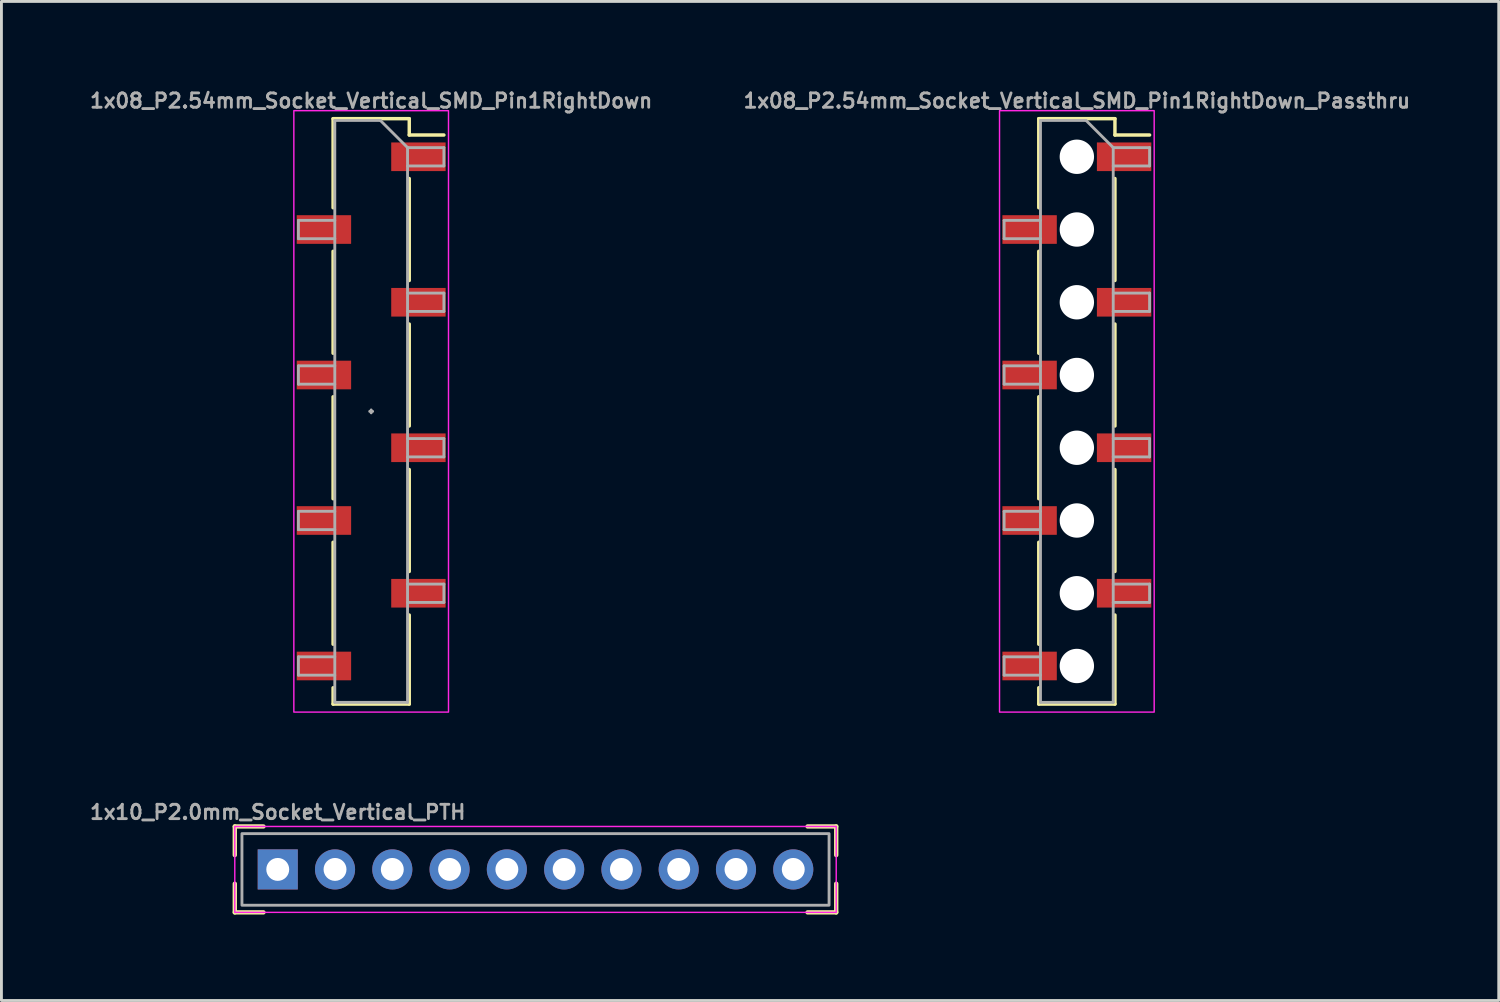
<source format=kicad_pcb>
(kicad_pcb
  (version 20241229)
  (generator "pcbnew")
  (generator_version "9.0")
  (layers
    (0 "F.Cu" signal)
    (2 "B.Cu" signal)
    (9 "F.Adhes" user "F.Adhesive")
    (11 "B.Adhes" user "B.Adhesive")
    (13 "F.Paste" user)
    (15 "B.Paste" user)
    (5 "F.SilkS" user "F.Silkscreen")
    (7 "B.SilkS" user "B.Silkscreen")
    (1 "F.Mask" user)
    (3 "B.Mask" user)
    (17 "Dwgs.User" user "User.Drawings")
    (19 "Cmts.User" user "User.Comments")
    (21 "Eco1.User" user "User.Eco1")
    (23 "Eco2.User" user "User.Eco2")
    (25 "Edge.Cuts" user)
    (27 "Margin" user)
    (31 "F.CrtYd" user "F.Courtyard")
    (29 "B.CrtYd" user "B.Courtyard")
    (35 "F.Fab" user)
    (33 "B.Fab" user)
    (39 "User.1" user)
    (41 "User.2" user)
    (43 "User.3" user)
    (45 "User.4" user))
  (footprint "1x08_P2.54mm_Socket_Vertical_SMD_Pin1RightDown"
    (layer "F.Cu")
    (at 9.91 11.314)
    (property "Reference" "1x08_P2.54mm_Socket_Vertical_SMD_Pin1RightDown" (at 0 -10.846 0) (layer "F.Fab") (effects (font (size 0.5 0.5) (thickness 0.1))))
    (attr smd)
    (fp_line (start -1.33 -10.22) (end -1.33 -7.11) (stroke (width 0.12) (type solid)) (layer "F.SilkS"))
    (fp_line (start -1.33 -10.22) (end 1.33 -10.22) (stroke (width 0.12) (type solid)) (layer "F.SilkS"))
    (fp_line (start -1.33 -5.59) (end -1.33 -2.03) (stroke (width 0.12) (type solid)) (layer "F.SilkS"))
    (fp_line (start -1.33 -0.51) (end -1.33 3.05) (stroke (width 0.12) (type solid)) (layer "F.SilkS"))
    (fp_line (start -1.33 4.57) (end -1.33 8.13) (stroke (width 0.12) (type solid)) (layer "F.SilkS"))
    (fp_line (start -1.33 9.65) (end -1.33 10.22) (stroke (width 0.12) (type solid)) (layer "F.SilkS"))
    (fp_line (start -1.33 10.22) (end 1.33 10.22) (stroke (width 0.12) (type solid)) (layer "F.SilkS"))
    (fp_line (start 1.33 -10.22) (end 1.33 -9.65) (stroke (width 0.12) (type solid)) (layer "F.SilkS"))
    (fp_line (start 1.33 -9.65) (end 2.54 -9.65) (stroke (width 0.12) (type solid)) (layer "F.SilkS"))
    (fp_line (start 1.33 -8.13) (end 1.33 -4.57) (stroke (width 0.12) (type solid)) (layer "F.SilkS"))
    (fp_line (start 1.33 -3.05) (end 1.33 0.51) (stroke (width 0.12) (type solid)) (layer "F.SilkS"))
    (fp_line (start 1.33 2.03) (end 1.33 5.59) (stroke (width 0.12) (type solid)) (layer "F.SilkS"))
    (fp_line (start 1.33 7.11) (end 1.33 10.22) (stroke (width 0.12) (type solid)) (layer "F.SilkS"))
    (fp_rect (start -2.7 -10.5) (end 2.7 10.5) (stroke (width 0.05) (type default)) (fill no) (layer "F.CrtYd"))
    (fp_line (start -2.54 -6.67) (end -2.54 -6.03) (stroke (width 0.1) (type solid)) (layer "F.Fab"))
    (fp_line (start -2.54 -6.03) (end -1.27 -6.03) (stroke (width 0.1) (type solid)) (layer "F.Fab"))
    (fp_line (start -2.54 -1.59) (end -2.54 -0.95) (stroke (width 0.1) (type solid)) (layer "F.Fab"))
    (fp_line (start -2.54 -0.95) (end -1.27 -0.95) (stroke (width 0.1) (type solid)) (layer "F.Fab"))
    (fp_line (start -2.54 3.49) (end -2.54 4.13) (stroke (width 0.1) (type solid)) (layer "F.Fab"))
    (fp_line (start -2.54 4.13) (end -1.27 4.13) (stroke (width 0.1) (type solid)) (layer "F.Fab"))
    (fp_line (start -2.54 8.57) (end -2.54 9.21) (stroke (width 0.1) (type solid)) (layer "F.Fab"))
    (fp_line (start -2.54 9.21) (end -1.27 9.21) (stroke (width 0.1) (type solid)) (layer "F.Fab"))
    (fp_line (start -1.27 -10.16) (end -1.27 10.16) (stroke (width 0.1) (type solid)) (layer "F.Fab"))
    (fp_line (start -1.27 -10.16) (end 0.32 -10.16) (stroke (width 0.1) (type solid)) (layer "F.Fab"))
    (fp_line (start -1.27 -6.67) (end -2.54 -6.67) (stroke (width 0.1) (type solid)) (layer "F.Fab"))
    (fp_line (start -1.27 -1.59) (end -2.54 -1.59) (stroke (width 0.1) (type solid)) (layer "F.Fab"))
    (fp_line (start -1.27 3.49) (end -2.54 3.49) (stroke (width 0.1) (type solid)) (layer "F.Fab"))
    (fp_line (start -1.27 8.57) (end -2.54 8.57) (stroke (width 0.1) (type solid)) (layer "F.Fab"))
    (fp_line (start 0 -0.051) (end 0 0.051) (stroke (width 0.1) (type default)) (layer "F.Fab"))
    (fp_line (start 0.051 0) (end -0.051 0) (stroke (width 0.1) (type default)) (layer "F.Fab"))
    (fp_line (start 1.27 -9.21) (end 0.32 -10.16) (stroke (width 0.1) (type solid)) (layer "F.Fab"))
    (fp_line (start 1.27 -9.21) (end 2.54 -9.21) (stroke (width 0.1) (type solid)) (layer "F.Fab"))
    (fp_line (start 1.27 -4.13) (end 2.54 -4.13) (stroke (width 0.1) (type solid)) (layer "F.Fab"))
    (fp_line (start 1.27 0.95) (end 2.54 0.95) (stroke (width 0.1) (type solid)) (layer "F.Fab"))
    (fp_line (start 1.27 6.03) (end 2.54 6.03) (stroke (width 0.1) (type solid)) (layer "F.Fab"))
    (fp_line (start 1.27 10.16) (end -1.27 10.16) (stroke (width 0.1) (type solid)) (layer "F.Fab"))
    (fp_line (start 1.27 10.16) (end 1.27 -9.21) (stroke (width 0.1) (type solid)) (layer "F.Fab"))
    (fp_line (start 2.54 -9.21) (end 2.54 -8.57) (stroke (width 0.1) (type solid)) (layer "F.Fab"))
    (fp_line (start 2.54 -8.57) (end 1.27 -8.57) (stroke (width 0.1) (type solid)) (layer "F.Fab"))
    (fp_line (start 2.54 -4.13) (end 2.54 -3.49) (stroke (width 0.1) (type solid)) (layer "F.Fab"))
    (fp_line (start 2.54 -3.49) (end 1.27 -3.49) (stroke (width 0.1) (type solid)) (layer "F.Fab"))
    (fp_line (start 2.54 0.95) (end 2.54 1.59) (stroke (width 0.1) (type solid)) (layer "F.Fab"))
    (fp_line (start 2.54 1.59) (end 1.27 1.59) (stroke (width 0.1) (type solid)) (layer "F.Fab"))
    (fp_line (start 2.54 6.03) (end 2.54 6.67) (stroke (width 0.1) (type solid)) (layer "F.Fab"))
    (fp_line (start 2.54 6.67) (end 1.27 6.67) (stroke (width 0.1) (type solid)) (layer "F.Fab"))
    (pad "1" smd rect (at 1.65 -8.89) (size 1.9 1) (layers "F.Cu" "F.Mask" "F.Paste"))
    (pad "2" smd rect (at -1.65 -6.35) (size 1.9 1) (layers "F.Cu" "F.Mask" "F.Paste"))
    (pad "3" smd rect (at 1.65 -3.81) (size 1.9 1) (layers "F.Cu" "F.Mask" "F.Paste"))
    (pad "4" smd rect (at -1.65 -1.27) (size 1.9 1) (layers "F.Cu" "F.Mask" "F.Paste"))
    (pad "5" smd rect (at 1.65 1.27) (size 1.9 1) (layers "F.Cu" "F.Mask" "F.Paste"))
    (pad "6" smd rect (at -1.65 3.81) (size 1.9 1) (layers "F.Cu" "F.Mask" "F.Paste"))
    (pad "7" smd rect (at 1.65 6.35) (size 1.9 1) (layers "F.Cu" "F.Mask" "F.Paste"))
    (pad "8" smd rect (at -1.65 8.89) (size 1.9 1) (layers "F.Cu" "F.Mask" "F.Paste")))
  (footprint "1x10_P2.0mm_Socket_Vertical_PTH"
    (layer "F.Cu")
    (at 6.648 27.307)
    (property "Reference" "1x10_P2.0mm_Socket_Vertical_PTH" (at 0 -2 0) (unlocked yes) (layer "F.Fab") (effects (font (size 0.5 0.5) (thickness 0.1))))
    (fp_line (start -1.5 -1.5) (end -0.5 -1.5) (stroke (width 0.152) (type default)) (layer "F.SilkS"))
    (fp_line (start -1.5 -0.5) (end -1.5 -1.5) (stroke (width 0.152) (type default)) (layer "F.SilkS"))
    (fp_line (start -1.5 1.5) (end -1.5 0.5) (stroke (width 0.152) (type default)) (layer "F.SilkS"))
    (fp_line (start -0.5 1.5) (end -1.5 1.5) (stroke (width 0.152) (type default)) (layer "F.SilkS"))
    (fp_line (start 18.5 -1.5) (end 19.5 -1.5) (stroke (width 0.152) (type default)) (layer "F.SilkS"))
    (fp_line (start 19.5 -1.5) (end 19.5 -0.5) (stroke (width 0.152) (type default)) (layer "F.SilkS"))
    (fp_line (start 19.5 0.5) (end 19.5 1.5) (stroke (width 0.152) (type default)) (layer "F.SilkS"))
    (fp_line (start 19.5 1.5) (end 18.5 1.5) (stroke (width 0.152) (type default)) (layer "F.SilkS"))
    (fp_rect (start -1.5 -1.5) (end 19.5 1.5) (stroke (width 0.05) (type default)) (fill no) (layer "F.CrtYd"))
    (fp_rect (start -1.25 -1.25) (end 19.25 1.25) (stroke (width 0.1) (type default)) (fill no) (layer "F.Fab"))
    (pad "1" thru_hole rect (at 0 0) (size 1.4 1.4) (drill 0.8) (layers "*.Cu" "*.Mask"))
    (pad "2" thru_hole circle (at 2 0) (size 1.4 1.4) (drill 0.8) (layers "*.Cu" "*.Mask"))
    (pad "3" thru_hole circle (at 4 0) (size 1.4 1.4) (drill 0.8) (layers "*.Cu" "*.Mask"))
    (pad "4" thru_hole circle (at 6 0) (size 1.4 1.4) (drill 0.8) (layers "*.Cu" "*.Mask"))
    (pad "5" thru_hole circle (at 8 0) (size 1.4 1.4) (drill 0.8) (layers "*.Cu" "*.Mask"))
    (pad "6" thru_hole circle (at 10 0) (size 1.4 1.4) (drill 0.8) (layers "*.Cu" "*.Mask"))
    (pad "7" thru_hole circle (at 12 0) (size 1.4 1.4) (drill 0.8) (layers "*.Cu" "*.Mask"))
    (pad "8" thru_hole circle (at 14 0) (size 1.4 1.4) (drill 0.8) (layers "*.Cu" "*.Mask"))
    (pad "9" thru_hole circle (at 16 0) (size 1.4 1.4) (drill 0.8) (layers "*.Cu" "*.Mask"))
    (pad "10" thru_hole circle (at 18 0) (size 1.4 1.4) (drill 0.8) (layers "*.Cu" "*.Mask")))
  (footprint "1x08_P2.54mm_Socket_Vertical_SMD_Pin1RightDown_Passthru"
    (layer "F.Cu")
    (at 34.55 11.314)
    (property "Reference" "1x08_P2.54mm_Socket_Vertical_SMD_Pin1RightDown_Passthru" (at 0 -10.846 0) (layer "F.Fab") (effects (font (size 0.5 0.5) (thickness 0.1))))
    (attr smd)
    (fp_line (start -1.33 -10.22) (end -1.33 -7.11) (stroke (width 0.12) (type solid)) (layer "F.SilkS"))
    (fp_line (start -1.33 -10.22) (end 1.33 -10.22) (stroke (width 0.12) (type solid)) (layer "F.SilkS"))
    (fp_line (start -1.33 -5.59) (end -1.33 -2.03) (stroke (width 0.12) (type solid)) (layer "F.SilkS"))
    (fp_line (start -1.33 -0.51) (end -1.33 3.05) (stroke (width 0.12) (type solid)) (layer "F.SilkS"))
    (fp_line (start -1.33 4.57) (end -1.33 8.13) (stroke (width 0.12) (type solid)) (layer "F.SilkS"))
    (fp_line (start -1.33 9.65) (end -1.33 10.22) (stroke (width 0.12) (type solid)) (layer "F.SilkS"))
    (fp_line (start -1.33 10.22) (end 1.33 10.22) (stroke (width 0.12) (type solid)) (layer "F.SilkS"))
    (fp_line (start 1.33 -10.22) (end 1.33 -9.65) (stroke (width 0.12) (type solid)) (layer "F.SilkS"))
    (fp_line (start 1.33 -9.65) (end 2.54 -9.65) (stroke (width 0.12) (type solid)) (layer "F.SilkS"))
    (fp_line (start 1.33 -8.13) (end 1.33 -4.57) (stroke (width 0.12) (type solid)) (layer "F.SilkS"))
    (fp_line (start 1.33 -3.05) (end 1.33 0.51) (stroke (width 0.12) (type solid)) (layer "F.SilkS"))
    (fp_line (start 1.33 2.03) (end 1.33 5.59) (stroke (width 0.12) (type solid)) (layer "F.SilkS"))
    (fp_line (start 1.33 7.11) (end 1.33 10.22) (stroke (width 0.12) (type solid)) (layer "F.SilkS"))
    (fp_rect (start -2.7 -10.5) (end 2.7 10.5) (stroke (width 0.05) (type default)) (fill no) (layer "F.CrtYd"))
    (fp_line (start -2.54 -6.67) (end -2.54 -6.03) (stroke (width 0.1) (type solid)) (layer "F.Fab"))
    (fp_line (start -2.54 -6.03) (end -1.27 -6.03) (stroke (width 0.1) (type solid)) (layer "F.Fab"))
    (fp_line (start -2.54 -1.59) (end -2.54 -0.95) (stroke (width 0.1) (type solid)) (layer "F.Fab"))
    (fp_line (start -2.54 -0.95) (end -1.27 -0.95) (stroke (width 0.1) (type solid)) (layer "F.Fab"))
    (fp_line (start -2.54 3.49) (end -2.54 4.13) (stroke (width 0.1) (type solid)) (layer "F.Fab"))
    (fp_line (start -2.54 4.13) (end -1.27 4.13) (stroke (width 0.1) (type solid)) (layer "F.Fab"))
    (fp_line (start -2.54 8.57) (end -2.54 9.21) (stroke (width 0.1) (type solid)) (layer "F.Fab"))
    (fp_line (start -2.54 9.21) (end -1.27 9.21) (stroke (width 0.1) (type solid)) (layer "F.Fab"))
    (fp_line (start -1.27 -10.16) (end -1.27 10.16) (stroke (width 0.1) (type solid)) (layer "F.Fab"))
    (fp_line (start -1.27 -10.16) (end 0.32 -10.16) (stroke (width 0.1) (type solid)) (layer "F.Fab"))
    (fp_line (start -1.27 -6.67) (end -2.54 -6.67) (stroke (width 0.1) (type solid)) (layer "F.Fab"))
    (fp_line (start -1.27 -1.59) (end -2.54 -1.59) (stroke (width 0.1) (type solid)) (layer "F.Fab"))
    (fp_line (start -1.27 3.49) (end -2.54 3.49) (stroke (width 0.1) (type solid)) (layer "F.Fab"))
    (fp_line (start -1.27 8.57) (end -2.54 8.57) (stroke (width 0.1) (type solid)) (layer "F.Fab"))
    (fp_line (start 1.27 -9.21) (end 0.32 -10.16) (stroke (width 0.1) (type solid)) (layer "F.Fab"))
    (fp_line (start 1.27 -9.21) (end 2.54 -9.21) (stroke (width 0.1) (type solid)) (layer "F.Fab"))
    (fp_line (start 1.27 -4.13) (end 2.54 -4.13) (stroke (width 0.1) (type solid)) (layer "F.Fab"))
    (fp_line (start 1.27 0.95) (end 2.54 0.95) (stroke (width 0.1) (type solid)) (layer "F.Fab"))
    (fp_line (start 1.27 6.03) (end 2.54 6.03) (stroke (width 0.1) (type solid)) (layer "F.Fab"))
    (fp_line (start 1.27 10.16) (end -1.27 10.16) (stroke (width 0.1) (type solid)) (layer "F.Fab"))
    (fp_line (start 1.27 10.16) (end 1.27 -9.21) (stroke (width 0.1) (type solid)) (layer "F.Fab"))
    (fp_line (start 2.54 -9.21) (end 2.54 -8.57) (stroke (width 0.1) (type solid)) (layer "F.Fab"))
    (fp_line (start 2.54 -8.57) (end 1.27 -8.57) (stroke (width 0.1) (type solid)) (layer "F.Fab"))
    (fp_line (start 2.54 -4.13) (end 2.54 -3.49) (stroke (width 0.1) (type solid)) (layer "F.Fab"))
    (fp_line (start 2.54 -3.49) (end 1.27 -3.49) (stroke (width 0.1) (type solid)) (layer "F.Fab"))
    (fp_line (start 2.54 0.95) (end 2.54 1.59) (stroke (width 0.1) (type solid)) (layer "F.Fab"))
    (fp_line (start 2.54 1.59) (end 1.27 1.59) (stroke (width 0.1) (type solid)) (layer "F.Fab"))
    (fp_line (start 2.54 6.03) (end 2.54 6.67) (stroke (width 0.1) (type solid)) (layer "F.Fab"))
    (fp_line (start 2.54 6.67) (end 1.27 6.67) (stroke (width 0.1) (type solid)) (layer "F.Fab"))
    (pad "" np_thru_hole circle (at 0 -8.89) (size 1.2 1.2) (drill 1.2) (layers "*.Cu" "*.Mask"))
    (pad "" np_thru_hole circle (at 0 -6.35) (size 1.2 1.2) (drill 1.2) (layers "*.Cu" "*.Mask"))
    (pad "" np_thru_hole circle (at 0 -3.81) (size 1.2 1.2) (drill 1.2) (layers "*.Cu" "*.Mask"))
    (pad "" np_thru_hole circle (at 0 -1.27) (size 1.2 1.2) (drill 1.2) (layers "*.Cu" "*.Mask"))
    (pad "" np_thru_hole circle (at 0 1.27) (size 1.2 1.2) (drill 1.2) (layers "*.Cu" "*.Mask"))
    (pad "" np_thru_hole circle (at 0 3.81) (size 1.2 1.2) (drill 1.2) (layers "*.Cu" "*.Mask"))
    (pad "" np_thru_hole circle (at 0 6.35) (size 1.2 1.2) (drill 1.2) (layers "*.Cu" "*.Mask"))
    (pad "" np_thru_hole circle (at 0 8.89) (size 1.2 1.2) (drill 1.2) (layers "*.Cu" "*.Mask"))
    (pad "1" smd rect (at 1.65 -8.89) (size 1.9 1) (layers "F.Cu" "F.Mask" "F.Paste"))
    (pad "2" smd rect (at -1.65 -6.35) (size 1.9 1) (layers "F.Cu" "F.Mask" "F.Paste"))
    (pad "3" smd rect (at 1.65 -3.81) (size 1.9 1) (layers "F.Cu" "F.Mask" "F.Paste"))
    (pad "4" smd rect (at -1.65 -1.27) (size 1.9 1) (layers "F.Cu" "F.Mask" "F.Paste"))
    (pad "5" smd rect (at 1.65 1.27) (size 1.9 1) (layers "F.Cu" "F.Mask" "F.Paste"))
    (pad "6" smd rect (at -1.65 3.81) (size 1.9 1) (layers "F.Cu" "F.Mask" "F.Paste"))
    (pad "7" smd rect (at 1.65 6.35) (size 1.9 1) (layers "F.Cu" "F.Mask" "F.Paste"))
    (pad "8" smd rect (at -1.65 8.89) (size 1.9 1) (layers "F.Cu" "F.Mask" "F.Paste")))
  (gr_rect
    (start -3 -3)
    (end 49.281 31.883)
    (stroke (width 0.1) (type default))
    (fill no)
    (layer "Edge.Cuts")))
</source>
